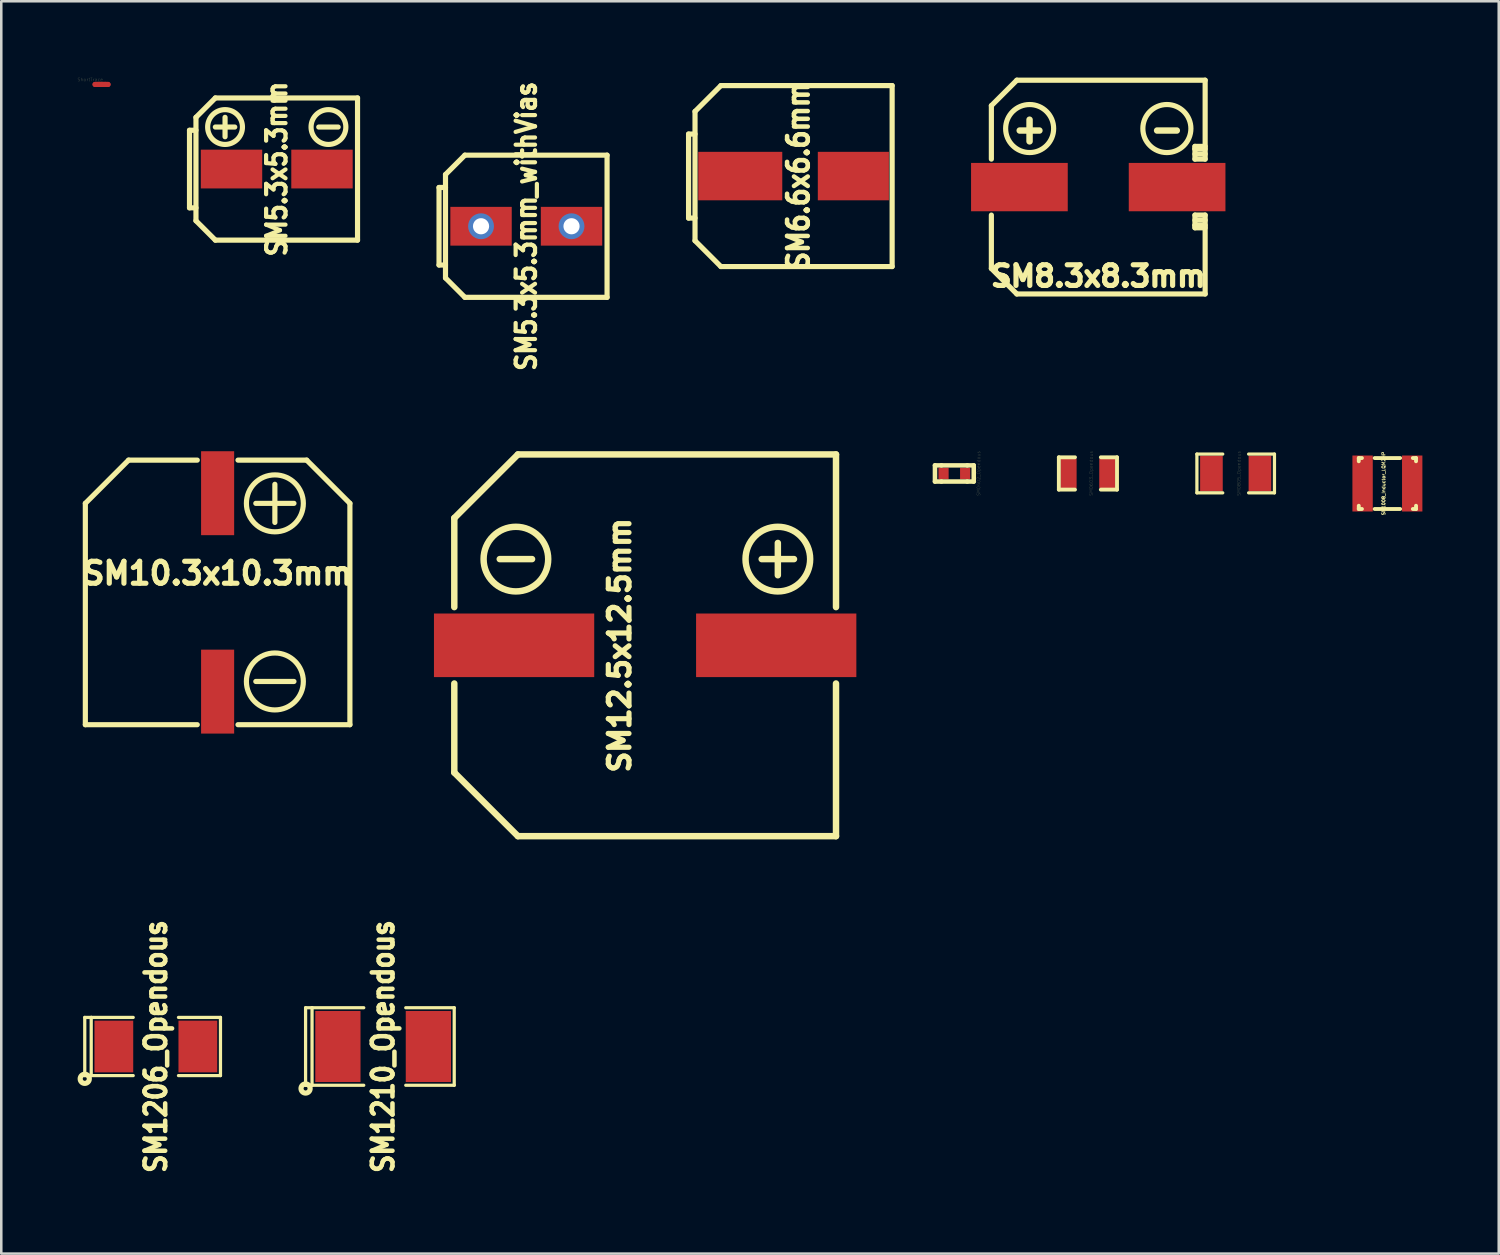
<source format=kicad_pcb>
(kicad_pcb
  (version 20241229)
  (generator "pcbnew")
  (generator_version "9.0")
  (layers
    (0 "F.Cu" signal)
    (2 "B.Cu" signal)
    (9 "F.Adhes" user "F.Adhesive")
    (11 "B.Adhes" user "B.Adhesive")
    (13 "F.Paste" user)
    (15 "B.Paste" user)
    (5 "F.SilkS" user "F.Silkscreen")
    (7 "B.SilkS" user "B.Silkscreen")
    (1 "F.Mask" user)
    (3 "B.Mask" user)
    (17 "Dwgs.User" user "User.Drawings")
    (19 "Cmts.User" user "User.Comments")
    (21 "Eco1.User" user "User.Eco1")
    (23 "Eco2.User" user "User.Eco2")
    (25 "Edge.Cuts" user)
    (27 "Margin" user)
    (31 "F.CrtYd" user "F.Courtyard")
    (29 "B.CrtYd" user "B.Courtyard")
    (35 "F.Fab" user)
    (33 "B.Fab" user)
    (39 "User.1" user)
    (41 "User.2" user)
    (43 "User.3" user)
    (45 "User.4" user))
  (footprint "SM1206_Opendous"
    (layer "F.Cu")
    (at 3.075 38.08)
    (property "Reference" "SM1206_Opendous" (at 0 0 90) (layer "F.SilkS") (effects (font (size 0.813 0.711) (thickness 0.178))))
    (attr smd)
    (fp_line (start -2.794 -1.143) (end -2.794 1.143) (stroke (width 0.127) (type solid)) (layer "F.SilkS"))
    (fp_line (start -2.794 1.143) (end -2.54 1.143) (stroke (width 0.127) (type solid)) (layer "F.SilkS"))
    (fp_line (start -2.54 -1.143) (end -2.794 -1.143) (stroke (width 0.127) (type solid)) (layer "F.SilkS"))
    (fp_line (start -2.54 -1.143) (end -2.54 1.143) (stroke (width 0.127) (type solid)) (layer "F.SilkS"))
    (fp_line (start -2.54 1.143) (end -0.889 1.143) (stroke (width 0.127) (type solid)) (layer "F.SilkS"))
    (fp_line (start -0.889 -1.143) (end -2.54 -1.143) (stroke (width 0.127) (type solid)) (layer "F.SilkS"))
    (fp_line (start 0.889 -1.143) (end 2.54 -1.143) (stroke (width 0.127) (type solid)) (layer "F.SilkS"))
    (fp_line (start 2.54 -1.143) (end 2.54 1.143) (stroke (width 0.127) (type solid)) (layer "F.SilkS"))
    (fp_line (start 2.54 1.143) (end 0.889 1.143) (stroke (width 0.127) (type solid)) (layer "F.SilkS"))
    (fp_circle (center -2.794 1.27) (end -2.667 1.143) (stroke (width 0.203) (type solid)) (fill no) (layer "F.SilkS"))
    (pad "1" smd rect (at -1.651 0) (size 1.524 2.032) (layers "F.Cu" "F.Mask" "F.Paste"))
    (pad "2" smd rect (at 1.651 0) (size 1.524 2.032) (layers "F.Cu" "F.Mask" "F.Paste")))
  (footprint "SM10.3x10.3mm"
    (layer "F.Cu")
    (at 5.503 20.233)
    (property "Reference" "SM10.3x10.3mm" (at 0 -0.749 0) (layer "F.SilkS") (effects (font (size 0.864 0.864) (thickness 0.203))))
    (attr through_hole)
    (fp_line (start -5.199 -3.5) (end -5.199 5.199) (stroke (width 0.203) (type solid)) (layer "F.SilkS"))
    (fp_line (start -5.199 5.199) (end -0.8 5.199) (stroke (width 0.203) (type solid)) (layer "F.SilkS"))
    (fp_line (start -3.5 -5.199) (end -5.199 -3.5) (stroke (width 0.203) (type solid)) (layer "F.SilkS"))
    (fp_line (start -3.5 -5.199) (end -0.8 -5.199) (stroke (width 0.203) (type solid)) (layer "F.SilkS"))
    (fp_line (start 1.501 -3.5) (end 3 -3.5) (stroke (width 0.203) (type solid)) (layer "F.SilkS"))
    (fp_line (start 1.501 3.5) (end 3 3.5) (stroke (width 0.203) (type solid)) (layer "F.SilkS"))
    (fp_line (start 2.25 -4.249) (end 2.25 -2.751) (stroke (width 0.203) (type solid)) (layer "F.SilkS"))
    (fp_line (start 3.5 -5.199) (end 0.8 -5.199) (stroke (width 0.203) (type solid)) (layer "F.SilkS"))
    (fp_line (start 3.5 -5.199) (end 5.199 -3.5) (stroke (width 0.203) (type solid)) (layer "F.SilkS"))
    (fp_line (start 5.199 5.199) (end 0.8 5.199) (stroke (width 0.203) (type solid)) (layer "F.SilkS"))
    (fp_line (start 5.199 5.199) (end 5.199 -3.5) (stroke (width 0.203) (type solid)) (layer "F.SilkS"))
    (fp_circle (center 2.25 -3.5) (end 3.251 -4) (stroke (width 0.203) (type solid)) (fill no) (layer "F.SilkS"))
    (fp_circle (center 2.25 3.5) (end 3.251 3) (stroke (width 0.203) (type solid)) (fill no) (layer "F.SilkS"))
    (pad "1" smd rect (at 0 3.899) (size 1.3 3.299) (layers "F.Cu" "F.Mask" "F.Paste"))
    (pad "2" smd rect (at 0 -3.899) (size 1.3 3.299) (layers "F.Cu" "F.Mask" "F.Paste")))
  (footprint "SM0402_Opendous"
    (layer "F.Cu")
    (at 34.458 15.558)
    (property "Reference" "SM0402_Opendous" (at 0.953 0 90) (layer "F.SilkS") (effects (font (size 0.127 0.127) (thickness 0.003))))
    (attr smd)
    (fp_line (start -0.762 -0.318) (end -0.762 0.318) (stroke (width 0.178) (type solid)) (layer "F.SilkS"))
    (fp_line (start -0.762 0.318) (end -0.508 0.318) (stroke (width 0.178) (type solid)) (layer "F.SilkS"))
    (fp_line (start -0.508 -0.318) (end -0.762 -0.318) (stroke (width 0.178) (type solid)) (layer "F.SilkS"))
    (fp_line (start -0.508 0.318) (end 0.508 0.318) (stroke (width 0.178) (type solid)) (layer "F.SilkS"))
    (fp_line (start 0.508 -0.318) (end -0.508 -0.318) (stroke (width 0.178) (type solid)) (layer "F.SilkS"))
    (fp_line (start 0.508 -0.318) (end 0.762 -0.318) (stroke (width 0.178) (type solid)) (layer "F.SilkS"))
    (fp_line (start 0.762 -0.318) (end 0.762 0.318) (stroke (width 0.178) (type solid)) (layer "F.SilkS"))
    (fp_line (start 0.762 0.318) (end 0.508 0.318) (stroke (width 0.178) (type solid)) (layer "F.SilkS"))
    (pad "1" smd rect (at -0.424 0) (size 0.399 0.45) (layers "F.Cu" "F.Mask" "F.Paste"))
    (pad "2" smd rect (at 0.424 0) (size 0.399 0.45) (layers "F.Cu" "F.Mask" "F.Paste")))
  (footprint "SM0805_Opendous"
    (layer "F.Cu")
    (at 45.515 15.558)
    (property "Reference" "SM0805_Opendous" (at 0.127 0 90) (layer "F.SilkS") (effects (font (size 0.127 0.127) (thickness 0.003))))
    (attr smd)
    (fp_line (start -1.524 -0.762) (end -0.508 -0.762) (stroke (width 0.127) (type solid)) (layer "F.SilkS"))
    (fp_line (start -1.524 0.762) (end -1.524 -0.762) (stroke (width 0.127) (type solid)) (layer "F.SilkS"))
    (fp_line (start -0.508 0.762) (end -1.524 0.762) (stroke (width 0.127) (type solid)) (layer "F.SilkS"))
    (fp_line (start 0.508 -0.762) (end 1.524 -0.762) (stroke (width 0.127) (type solid)) (layer "F.SilkS"))
    (fp_line (start 1.524 -0.762) (end 1.524 0.762) (stroke (width 0.127) (type solid)) (layer "F.SilkS"))
    (fp_line (start 1.524 0.762) (end 0.508 0.762) (stroke (width 0.127) (type solid)) (layer "F.SilkS"))
    (pad "1" smd rect (at -0.953 0) (size 0.889 1.397) (layers "F.Cu" "F.Mask" "F.Paste"))
    (pad "2" smd rect (at 0.953 0) (size 0.889 1.397) (layers "F.Cu" "F.Mask" "F.Paste")))
  (footprint "SM5.3x5.3mm"
    (layer "F.Cu")
    (at 7.827 3.594)
    (property "Reference" "SM5.3x5.3mm" (at 0 0 90) (layer "F.SilkS") (effects (font (size 0.762 0.66) (thickness 0.165))))
    (attr smd)
    (fp_line (start -3.429 -1.524) (end -3.429 1.524) (stroke (width 0.203) (type solid)) (layer "F.SilkS"))
    (fp_line (start -3.429 1.524) (end -3.175 1.524) (stroke (width 0.203) (type solid)) (layer "F.SilkS"))
    (fp_line (start -3.175 -2.032) (end -3.175 2.032) (stroke (width 0.203) (type solid)) (layer "F.SilkS"))
    (fp_line (start -3.175 -1.524) (end -3.429 -1.524) (stroke (width 0.203) (type solid)) (layer "F.SilkS"))
    (fp_line (start -2.413 -2.794) (end -3.175 -2.032) (stroke (width 0.203) (type solid)) (layer "F.SilkS"))
    (fp_line (start -2.413 -2.794) (end 3.175 -2.794) (stroke (width 0.203) (type solid)) (layer "F.SilkS"))
    (fp_line (start -2.413 -1.651) (end -1.651 -1.651) (stroke (width 0.203) (type solid)) (layer "F.SilkS"))
    (fp_line (start -2.413 2.794) (end -3.175 2.032) (stroke (width 0.203) (type solid)) (layer "F.SilkS"))
    (fp_line (start -2.032 -2.032) (end -2.032 -1.27) (stroke (width 0.203) (type solid)) (layer "F.SilkS"))
    (fp_line (start 1.651 -1.651) (end 2.413 -1.651) (stroke (width 0.203) (type solid)) (layer "F.SilkS"))
    (fp_line (start 3.175 -2.794) (end 3.175 2.794) (stroke (width 0.203) (type solid)) (layer "F.SilkS"))
    (fp_line (start 3.175 2.794) (end -2.413 2.794) (stroke (width 0.203) (type solid)) (layer "F.SilkS"))
    (fp_circle (center -2.032 -1.651) (end -1.397 -1.905) (stroke (width 0.203) (type solid)) (fill no) (layer "F.SilkS"))
    (fp_circle (center 2.032 -1.651) (end 2.667 -1.905) (stroke (width 0.203) (type solid)) (fill no) (layer "F.SilkS"))
    (pad "1" smd rect (at 1.778 0) (size 2.413 1.524) (layers "F.Cu" "F.Mask" "F.Paste"))
    (pad "2" smd rect (at -1.778 0) (size 2.413 1.524) (layers "F.Cu" "F.Mask" "F.Paste")))
  (footprint "SM8.3x8.3mm"
    (layer "F.Cu")
    (at 40.114 4.303)
    (property "Reference" "SM8.3x8.3mm" (at 0 3.5 0) (layer "F.SilkS") (effects (font (size 0.813 0.813) (thickness 0.203))))
    (attr smd)
    (fp_line (start -4.201 -3.2) (end -4.201 -1.1) (stroke (width 0.203) (type solid)) (layer "F.SilkS"))
    (fp_line (start -4.201 3.2) (end -4.201 1.1) (stroke (width 0.203) (type solid)) (layer "F.SilkS"))
    (fp_line (start -4.201 3.2) (end -3.2 4.201) (stroke (width 0.203) (type solid)) (layer "F.SilkS"))
    (fp_line (start -3.2 -4.201) (end -4.201 -3.2) (stroke (width 0.203) (type solid)) (layer "F.SilkS"))
    (fp_line (start -3.2 -4.201) (end 4.201 -4.201) (stroke (width 0.203) (type solid)) (layer "F.SilkS"))
    (fp_line (start -3.2 4.201) (end 4.201 4.201) (stroke (width 0.203) (type solid)) (layer "F.SilkS"))
    (fp_line (start 3.8 -1.6) (end 4.201 -1.6) (stroke (width 0.203) (type solid)) (layer "F.SilkS"))
    (fp_line (start 3.8 -1.501) (end 3.8 -1.6) (stroke (width 0.203) (type solid)) (layer "F.SilkS"))
    (fp_line (start 3.8 -1.501) (end 3.8 -1.1) (stroke (width 0.203) (type solid)) (layer "F.SilkS"))
    (fp_line (start 3.8 -1.3) (end 4.201 -1.3) (stroke (width 0.203) (type solid)) (layer "F.SilkS"))
    (fp_line (start 3.8 -1.1) (end 4.201 -1.1) (stroke (width 0.203) (type solid)) (layer "F.SilkS"))
    (fp_line (start 3.8 1.1) (end 3.8 1.501) (stroke (width 0.203) (type solid)) (layer "F.SilkS"))
    (fp_line (start 3.8 1.3) (end 4.201 1.3) (stroke (width 0.203) (type solid)) (layer "F.SilkS"))
    (fp_line (start 3.8 1.501) (end 3.8 1.6) (stroke (width 0.203) (type solid)) (layer "F.SilkS"))
    (fp_line (start 3.8 1.501) (end 4.201 1.501) (stroke (width 0.203) (type solid)) (layer "F.SilkS"))
    (fp_line (start 3.8 1.6) (end 4.201 1.6) (stroke (width 0.203) (type solid)) (layer "F.SilkS"))
    (fp_line (start 4.201 -4.201) (end 4.201 -1.1) (stroke (width 0.203) (type solid)) (layer "F.SilkS"))
    (fp_line (start 4.201 -1.501) (end 3.8 -1.501) (stroke (width 0.203) (type solid)) (layer "F.SilkS"))
    (fp_line (start 4.201 1.1) (end 3.8 1.1) (stroke (width 0.203) (type solid)) (layer "F.SilkS"))
    (fp_line (start 4.201 4.201) (end 4.201 1.1) (stroke (width 0.203) (type solid)) (layer "F.SilkS"))
    (fp_circle (center -2.697 -2.301) (end -1.897 -1.801) (stroke (width 0.203) (type solid)) (fill no) (layer "F.SilkS"))
    (fp_circle (center 2.697 -2.301) (end 3.498 -1.801) (stroke (width 0.203) (type solid)) (fill no) (layer "F.SilkS"))
    (fp_text user "-" (at 2.7 -2.301 0) (layer "F.SilkS") (effects (font (size 1.118 1.016) (thickness 0.254))))
    (fp_text user "+" (at -2.7 -2.301 0) (layer "F.SilkS") (effects (font (size 1.118 1.016) (thickness 0.254))))
    (pad "1" smd rect (at 3.099 0) (size 3.8 1.9) (layers "F.Cu" "F.Mask" "F.Paste"))
    (pad "2" smd rect (at -3.099 0) (size 3.8 1.9) (layers "F.Cu" "F.Mask" "F.Paste")))
  (footprint "SM0603_Opendous"
    (layer "F.Cu")
    (at 39.708 15.558)
    (property "Reference" "SM0603_Opendous" (at 0.127 0 90) (layer "F.SilkS") (effects (font (size 0.127 0.127) (thickness 0.003))))
    (attr smd)
    (fp_line (start -1.143 -0.635) (end -1.143 0.635) (stroke (width 0.152) (type solid)) (layer "F.SilkS"))
    (fp_line (start -1.143 -0.635) (end -0.508 -0.635) (stroke (width 0.152) (type solid)) (layer "F.SilkS"))
    (fp_line (start -1.143 0.635) (end -0.508 0.635) (stroke (width 0.152) (type solid)) (layer "F.SilkS"))
    (fp_line (start 1.143 -0.635) (end 0.508 -0.635) (stroke (width 0.152) (type solid)) (layer "F.SilkS"))
    (fp_line (start 1.143 -0.635) (end 1.143 0.635) (stroke (width 0.152) (type solid)) (layer "F.SilkS"))
    (fp_line (start 1.143 0.635) (end 0.508 0.635) (stroke (width 0.152) (type solid)) (layer "F.SilkS"))
    (pad "1" smd rect (at -0.762 0) (size 0.635 1.143) (layers "F.Cu" "F.Mask" "F.Paste"))
    (pad "2" smd rect (at 0.762 0) (size 0.635 1.143) (layers "F.Cu" "F.Mask" "F.Paste")))
  (footprint "ShortTrace"
    (layer "F.Cu")
    (at 0.941 0.269)
    (property "Reference" "ShortTrace" (at -0.445 -0.191 0) (layer "F.SilkS") (effects (font (size 0.127 0.127) (thickness 0.003))))
    (attr through_hole)
    (fp_line (start -0.254 0) (end -0.127 0) (stroke (width 0.203) (type solid)) (layer "F.Cu"))
    (fp_line (start -0.152 0) (end -0.025 0) (stroke (width 0.203) (type solid)) (layer "F.Cu"))
    (fp_line (start -0.066 0) (end 0.061 0) (stroke (width 0.203) (type solid)) (layer "F.Cu"))
    (fp_line (start 0.038 0) (end 0.165 0) (stroke (width 0.203) (type solid)) (layer "F.Cu"))
    (fp_line (start 0.127 0) (end 0.254 0) (stroke (width 0.203) (type solid)) (layer "F.Cu"))
    (fp_line (start -0.152 0) (end -0.025 0) (stroke (width 0.203) (type solid)) (layer "F.Mask"))
    (fp_line (start -0.066 0) (end 0.061 0) (stroke (width 0.203) (type solid)) (layer "F.Mask"))
    (fp_line (start 0.038 0) (end 0.165 0) (stroke (width 0.203) (type solid)) (layer "F.Mask"))
    (pad "1" smd circle (at 0.254 0) (size 0.203 0.203) (layers "F.Cu"))
    (pad "2" smd circle (at -0.254 0) (size 0.203 0.203) (layers "F.Cu")))
  (footprint "SM1008_Inductor_LQM2HP"
    (layer "F.Cu")
    (at 51.478 15.953)
    (property "Reference" "SM1008_Inductor_LQM2HP" (at -0.15 0 90) (layer "F.SilkS") (effects (font (size 0.127 0.127) (thickness 0.025))))
    (attr smd)
    (fp_line (start -1.125 -1.001) (end -1.125 -0.874) (stroke (width 0.152) (type solid)) (layer "F.SilkS"))
    (fp_line (start -1.125 -1.001) (end -1.001 -1.001) (stroke (width 0.152) (type solid)) (layer "F.SilkS"))
    (fp_line (start -1.125 1.001) (end -1.125 0.874) (stroke (width 0.152) (type solid)) (layer "F.SilkS"))
    (fp_line (start -1.125 1.001) (end -1.001 1.001) (stroke (width 0.152) (type solid)) (layer "F.SilkS"))
    (fp_line (start 0.5 -1.001) (end -0.5 -1.001) (stroke (width 0.152) (type solid)) (layer "F.SilkS"))
    (fp_line (start 0.5 1.001) (end -0.5 1.001) (stroke (width 0.152) (type solid)) (layer "F.SilkS"))
    (fp_line (start 1.125 -1.001) (end 1.001 -1.001) (stroke (width 0.152) (type solid)) (layer "F.SilkS"))
    (fp_line (start 1.125 -1.001) (end 1.125 -0.874) (stroke (width 0.152) (type solid)) (layer "F.SilkS"))
    (fp_line (start 1.125 1.001) (end 1.001 1.001) (stroke (width 0.152) (type solid)) (layer "F.SilkS"))
    (fp_line (start 1.125 1.001) (end 1.125 0.874) (stroke (width 0.152) (type solid)) (layer "F.SilkS"))
    (pad "1" smd rect (at -0.975 0) (size 0.8 2.2) (layers "F.Cu" "F.Mask" "F.Paste"))
    (pad "2" smd rect (at 0.975 0) (size 0.8 2.2) (layers "F.Cu" "F.Mask" "F.Paste")))
  (footprint "SM5.3x5.3mm_withVias"
    (layer "F.Cu")
    (at 17.634 5.842)
    (property "Reference" "SM5.3x5.3mm_withVias" (at 0 0 90) (layer "F.SilkS") (effects (font (size 0.762 0.66) (thickness 0.165))))
    (attr smd)
    (fp_line (start -3.429 -1.524) (end -3.429 1.524) (stroke (width 0.203) (type solid)) (layer "F.SilkS"))
    (fp_line (start -3.429 1.524) (end -3.175 1.524) (stroke (width 0.203) (type solid)) (layer "F.SilkS"))
    (fp_line (start -3.175 -2.032) (end -3.175 2.032) (stroke (width 0.203) (type solid)) (layer "F.SilkS"))
    (fp_line (start -3.175 -1.524) (end -3.429 -1.524) (stroke (width 0.203) (type solid)) (layer "F.SilkS"))
    (fp_line (start -2.413 -2.794) (end -3.175 -2.032) (stroke (width 0.203) (type solid)) (layer "F.SilkS"))
    (fp_line (start -2.413 -2.794) (end 3.175 -2.794) (stroke (width 0.203) (type solid)) (layer "F.SilkS"))
    (fp_line (start -2.413 2.794) (end -3.175 2.032) (stroke (width 0.203) (type solid)) (layer "F.SilkS"))
    (fp_line (start 3.175 -2.794) (end 3.175 2.794) (stroke (width 0.203) (type solid)) (layer "F.SilkS"))
    (fp_line (start 3.175 2.794) (end -2.413 2.794) (stroke (width 0.203) (type solid)) (layer "F.SilkS"))
    (pad "1" thru_hole circle (at 1.778 0) (size 1.016 1.016) (drill 0.635) (layers "*.Cu"))
    (pad "1" smd rect (at 1.778 0) (size 2.413 1.524) (layers "F.Cu" "F.Mask" "F.Paste"))
    (pad "2" thru_hole circle (at -1.778 0) (size 1.016 1.016) (drill 0.635) (layers "*.Cu"))
    (pad "2" smd rect (at -1.778 0) (size 2.413 1.524) (layers "F.Cu" "F.Mask" "F.Paste")))
  (footprint "SM12.5x12.5mm"
    (layer "F.Cu")
    (at 22.306 22.312)
    (property "Reference" "SM12.5x12.5mm" (at -1.001 0 90) (layer "F.SilkS") (effects (font (size 0.813 0.813) (thickness 0.203))))
    (attr through_hole)
    (fp_line (start -7.501 -5.001) (end -7.501 -1.501) (stroke (width 0.254) (type solid)) (layer "F.SilkS"))
    (fp_line (start -7.501 5.001) (end -7.501 1.501) (stroke (width 0.254) (type solid)) (layer "F.SilkS"))
    (fp_line (start -7.501 5.001) (end -5.001 7.501) (stroke (width 0.254) (type solid)) (layer "F.SilkS"))
    (fp_line (start -5.715 -3.388) (end -4.445 -3.388) (stroke (width 0.254) (type solid)) (layer "F.SilkS"))
    (fp_line (start -5.001 -7.501) (end -7.501 -5.001) (stroke (width 0.254) (type solid)) (layer "F.SilkS"))
    (fp_line (start -5.001 7.501) (end 7.501 7.501) (stroke (width 0.254) (type solid)) (layer "F.SilkS"))
    (fp_line (start 4.58 -3.388) (end 5.85 -3.388) (stroke (width 0.254) (type solid)) (layer "F.SilkS"))
    (fp_line (start 5.215 -4.023) (end 5.215 -2.753) (stroke (width 0.254) (type solid)) (layer "F.SilkS"))
    (fp_line (start 7.501 -7.501) (end -5.001 -7.501) (stroke (width 0.254) (type solid)) (layer "F.SilkS"))
    (fp_line (start 7.501 -7.501) (end 7.501 -1.501) (stroke (width 0.254) (type solid)) (layer "F.SilkS"))
    (fp_line (start 7.501 7.501) (end 7.501 1.501) (stroke (width 0.254) (type solid)) (layer "F.SilkS"))
    (fp_circle (center -5.08 -3.388) (end -3.81 -3.388) (stroke (width 0.254) (type solid)) (fill no) (layer "F.SilkS"))
    (fp_circle (center 5.215 -3.388) (end 6.485 -3.388) (stroke (width 0.254) (type solid)) (fill no) (layer "F.SilkS"))
    (pad "1" smd rect (at -5.151 0) (size 6.299 2.499) (layers "F.Cu" "F.Mask" "F.Paste"))
    (pad "2" smd rect (at 5.151 0) (size 6.299 2.499) (layers "F.Cu" "F.Mask" "F.Paste")))
  (footprint "SM6.6x6.6mm"
    (layer "F.Cu")
    (at 28.33 3.87)
    (property "Reference" "SM6.6x6.6mm" (at 0 0 90) (layer "F.SilkS") (effects (font (size 0.813 0.711) (thickness 0.178))))
    (attr smd)
    (fp_line (start -4.318 -1.651) (end -4.318 1.651) (stroke (width 0.203) (type solid)) (layer "F.SilkS"))
    (fp_line (start -4.318 1.651) (end -4.064 1.651) (stroke (width 0.203) (type solid)) (layer "F.SilkS"))
    (fp_line (start -4.064 -2.54) (end -4.064 2.54) (stroke (width 0.203) (type solid)) (layer "F.SilkS"))
    (fp_line (start -4.064 -1.651) (end -4.318 -1.651) (stroke (width 0.203) (type solid)) (layer "F.SilkS"))
    (fp_line (start -3.048 -3.556) (end -4.064 -2.54) (stroke (width 0.203) (type solid)) (layer "F.SilkS"))
    (fp_line (start -3.048 -3.556) (end 3.683 -3.556) (stroke (width 0.203) (type solid)) (layer "F.SilkS"))
    (fp_line (start -3.048 3.556) (end -4.064 2.54) (stroke (width 0.203) (type solid)) (layer "F.SilkS"))
    (fp_line (start 3.683 -3.556) (end 3.683 3.556) (stroke (width 0.203) (type solid)) (layer "F.SilkS"))
    (fp_line (start 3.683 3.556) (end -3.048 3.556) (stroke (width 0.203) (type solid)) (layer "F.SilkS"))
    (pad "1" smd rect (at 2.159 0) (size 2.794 1.905) (layers "F.Cu" "F.Mask" "F.Paste"))
    (pad "2" smd rect (at -2.286 0) (size 3.302 1.905) (layers "F.Cu" "F.Mask" "F.Paste")))
  (footprint "SM1210_Opendous"
    (layer "F.Cu")
    (at 12.008 38.08)
    (property "Reference" "SM1210_Opendous" (at 0 0 90) (layer "F.SilkS") (effects (font (size 0.813 0.711) (thickness 0.203))))
    (attr smd)
    (fp_line (start -3.048 -1.524) (end -3.048 1.524) (stroke (width 0.127) (type solid)) (layer "F.SilkS"))
    (fp_line (start -3.048 1.524) (end -2.794 1.524) (stroke (width 0.127) (type solid)) (layer "F.SilkS"))
    (fp_line (start -2.794 -1.524) (end -3.048 -1.524) (stroke (width 0.127) (type solid)) (layer "F.SilkS"))
    (fp_line (start -2.794 -1.524) (end -2.794 1.524) (stroke (width 0.127) (type solid)) (layer "F.SilkS"))
    (fp_line (start -2.794 1.524) (end -0.762 1.524) (stroke (width 0.127) (type solid)) (layer "F.SilkS"))
    (fp_line (start -0.762 -1.524) (end -2.794 -1.524) (stroke (width 0.127) (type solid)) (layer "F.SilkS"))
    (fp_line (start 0.889 1.524) (end 2.794 1.524) (stroke (width 0.127) (type solid)) (layer "F.SilkS"))
    (fp_line (start 2.794 -1.524) (end 0.889 -1.524) (stroke (width 0.127) (type solid)) (layer "F.SilkS"))
    (fp_line (start 2.794 1.524) (end 2.794 -1.524) (stroke (width 0.127) (type solid)) (layer "F.SilkS"))
    (fp_circle (center -3.048 1.651) (end -3.175 1.778) (stroke (width 0.203) (type solid)) (fill no) (layer "F.SilkS"))
    (pad "1" smd rect (at -1.778 0) (size 1.778 2.794) (layers "F.Cu" "F.Mask" "F.Paste"))
    (pad "2" smd rect (at 1.778 0) (size 1.778 2.794) (layers "F.Cu" "F.Mask" "F.Paste")))
  (gr_rect
    (start -3 -3)
    (end 55.854 46.22)
    (stroke (width 0.1) (type default))
    (fill no)
    (layer "Edge.Cuts")))
</source>
